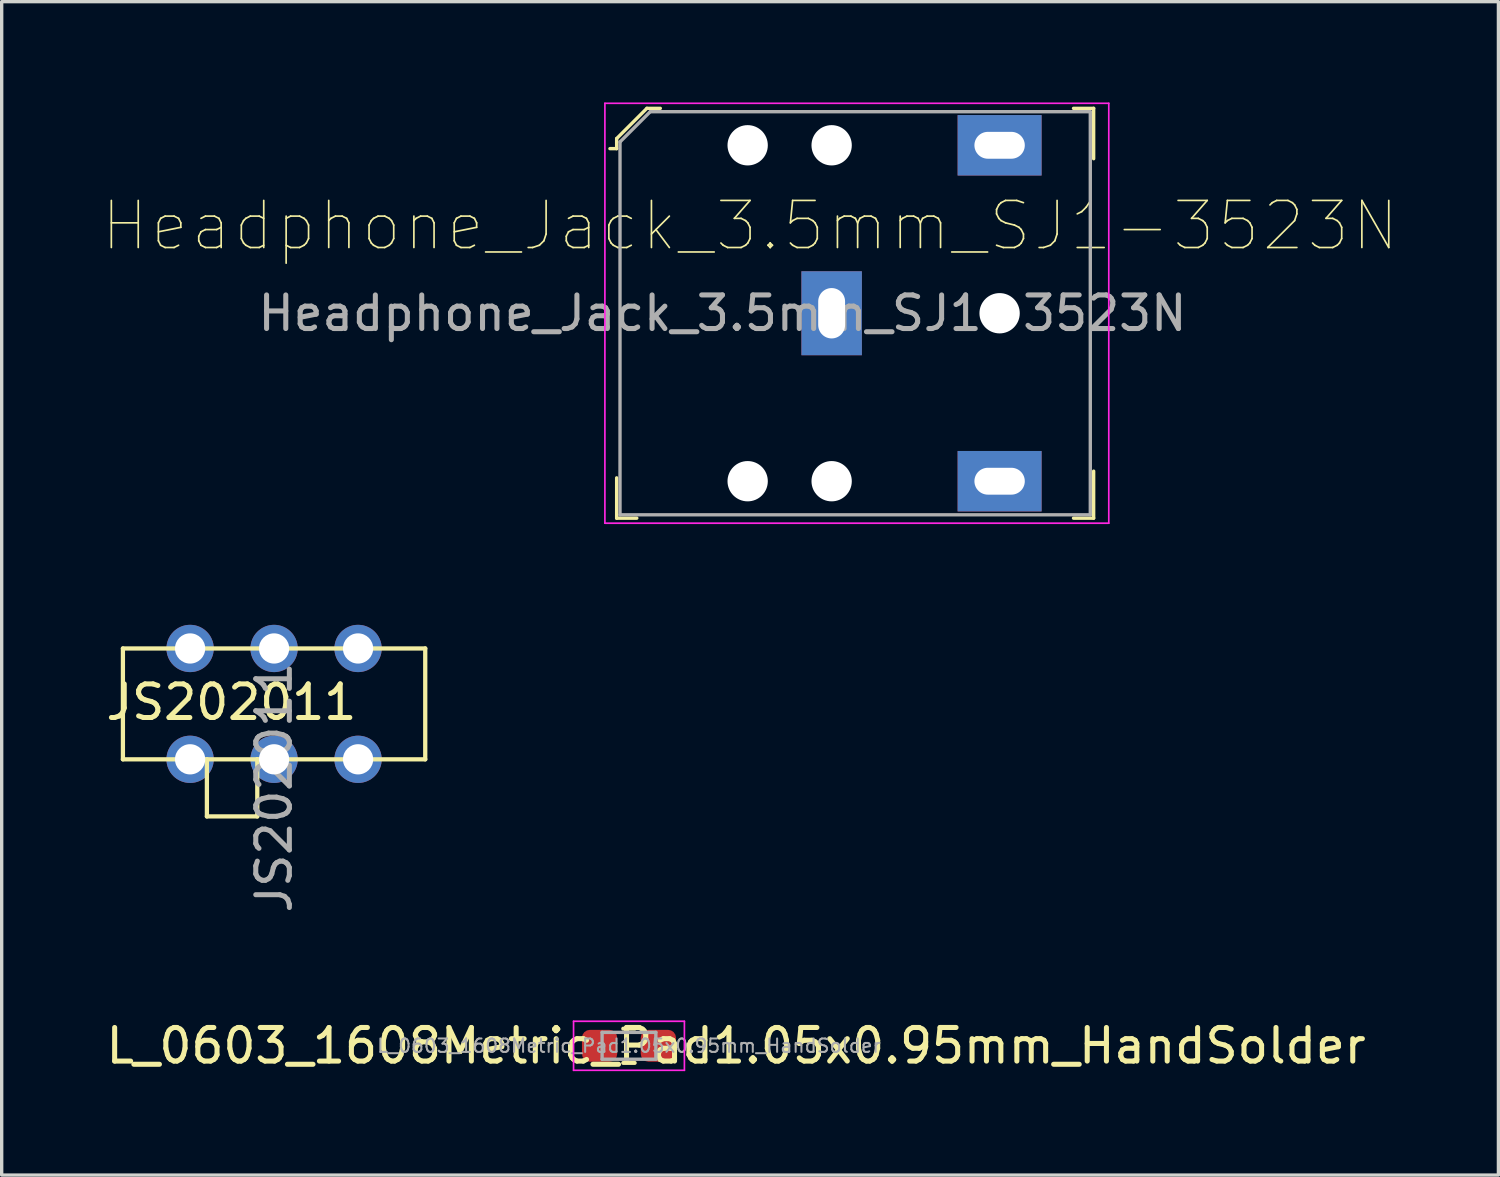
<source format=kicad_pcb>
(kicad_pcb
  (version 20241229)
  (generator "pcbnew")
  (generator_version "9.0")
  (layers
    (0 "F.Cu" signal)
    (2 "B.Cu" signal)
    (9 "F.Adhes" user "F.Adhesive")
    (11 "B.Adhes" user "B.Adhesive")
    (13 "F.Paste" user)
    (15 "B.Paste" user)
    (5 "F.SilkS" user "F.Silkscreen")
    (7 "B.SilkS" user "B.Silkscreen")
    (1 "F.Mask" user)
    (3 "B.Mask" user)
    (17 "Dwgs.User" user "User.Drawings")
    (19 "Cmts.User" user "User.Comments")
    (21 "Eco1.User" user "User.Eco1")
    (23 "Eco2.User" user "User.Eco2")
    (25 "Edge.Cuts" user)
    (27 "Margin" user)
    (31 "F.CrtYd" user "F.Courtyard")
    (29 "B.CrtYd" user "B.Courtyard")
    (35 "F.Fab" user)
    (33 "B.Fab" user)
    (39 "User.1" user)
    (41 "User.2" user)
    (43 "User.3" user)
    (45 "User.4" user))
  (footprint "L_0603_1608Metric_Pad1.05x0.95mm_HandSolder"
    (layer "F.Cu")
    (at 15.674 28.082)
    (property "Reference" "L_0603_1608Metric_Pad1.05x0.95mm_HandSolder" (at 3.189 0 0) (layer "F.SilkS") (effects (font (size 1 1) (thickness 0.15))))
    (attr smd)
    (fp_line (start -0.171 -0.51) (end 0.171 -0.51) (stroke (width 0.12) (type solid)) (layer "F.SilkS"))
    (fp_line (start -0.171 0.51) (end 0.171 0.51) (stroke (width 0.12) (type solid)) (layer "F.SilkS"))
    (fp_line (start -1.65 -0.73) (end 1.65 -0.73) (stroke (width 0.05) (type solid)) (layer "F.CrtYd"))
    (fp_line (start -1.65 0.73) (end -1.65 -0.73) (stroke (width 0.05) (type solid)) (layer "F.CrtYd"))
    (fp_line (start 1.65 -0.73) (end 1.65 0.73) (stroke (width 0.05) (type solid)) (layer "F.CrtYd"))
    (fp_line (start 1.65 0.73) (end -1.65 0.73) (stroke (width 0.05) (type solid)) (layer "F.CrtYd"))
    (fp_line (start -0.8 -0.4) (end 0.8 -0.4) (stroke (width 0.1) (type solid)) (layer "F.Fab"))
    (fp_line (start -0.8 0.4) (end -0.8 -0.4) (stroke (width 0.1) (type solid)) (layer "F.Fab"))
    (fp_line (start 0.8 -0.4) (end 0.8 0.4) (stroke (width 0.1) (type solid)) (layer "F.Fab"))
    (fp_line (start 0.8 0.4) (end -0.8 0.4) (stroke (width 0.1) (type solid)) (layer "F.Fab"))
    (fp_text user "${REFERENCE}" (at 0 0 0) (layer "F.Fab") (effects (font (size 0.4 0.4) (thickness 0.06))))
    (pad "1" smd roundrect (at -0.875 0) (size 1.05 0.95) (layers "F.Cu" "F.Mask" "F.Paste") (roundrect_rratio 0.25))
    (pad "2" smd roundrect (at 0.875 0) (size 1.05 0.95) (layers "F.Cu" "F.Mask" "F.Paste") (roundrect_rratio 0.25)))
  (footprint "Headphone_Jack_3.5mm_SJ1-3523N"
    (layer "F.Cu")
    (at 26.707 6.275)
    (property "Reference" "Headphone_Jack_3.5mm_SJ1-3523N" (at -7.429 -2.603 180) (layer "F.SilkS") (effects (font (size 1.401 1.401) (thickness 0.05))))
    (attr through_hole)
    (fp_line (start -11.4 -5.2) (end -11.4 -4.9) (stroke (width 0.1) (type solid)) (layer "F.SilkS"))
    (fp_line (start -11.4 -4.9) (end -11.6 -4.9) (stroke (width 0.1) (type solid)) (layer "F.SilkS"))
    (fp_line (start -11.4 6.1) (end -11.4 4.9) (stroke (width 0.1) (type solid)) (layer "F.SilkS"))
    (fp_line (start -10.8 6.1) (end -11.4 6.1) (stroke (width 0.1) (type solid)) (layer "F.SilkS"))
    (fp_line (start -10.5 -6.1) (end -11.4 -5.2) (stroke (width 0.1) (type solid)) (layer "F.SilkS"))
    (fp_line (start -10.1 -6.1) (end -10.5 -6.1) (stroke (width 0.1) (type solid)) (layer "F.SilkS"))
    (fp_line (start 2.2 -6.1) (end 2.8 -6.1) (stroke (width 0.1) (type solid)) (layer "F.SilkS"))
    (fp_line (start 2.2 6.1) (end 2.8 6.1) (stroke (width 0.1) (type solid)) (layer "F.SilkS"))
    (fp_line (start 2.8 -6.1) (end 2.8 -4.6) (stroke (width 0.1) (type solid)) (layer "F.SilkS"))
    (fp_line (start 2.8 6.1) (end 2.8 4.7) (stroke (width 0.1) (type solid)) (layer "F.SilkS"))
    (fp_line (start -11.75 -6.25) (end -11.75 6.25) (stroke (width 0.05) (type solid)) (layer "F.CrtYd"))
    (fp_line (start -11.75 -6.25) (end 3.25 -6.25) (stroke (width 0.05) (type solid)) (layer "F.CrtYd"))
    (fp_line (start -11.75 6.25) (end 3.25 6.25) (stroke (width 0.05) (type solid)) (layer "F.CrtYd"))
    (fp_line (start 3.25 -6.25) (end 3.25 6.25) (stroke (width 0.05) (type solid)) (layer "F.CrtYd"))
    (fp_line (start -11.3 -5.1) (end -11.3 6) (stroke (width 0.1) (type solid)) (layer "F.Fab"))
    (fp_line (start -11.3 -5.1) (end -10.4 -6) (stroke (width 0.1) (type solid)) (layer "F.Fab"))
    (fp_line (start -11.3 6) (end 2.7 6) (stroke (width 0.1) (type solid)) (layer "F.Fab"))
    (fp_line (start -10.4 -6) (end 2.7 -6) (stroke (width 0.1) (type solid)) (layer "F.Fab"))
    (fp_line (start 2.7 -6) (end 2.7 6) (stroke (width 0.1) (type solid)) (layer "F.Fab"))
    (fp_text user "${REFERENCE}" (at -8.25 0 0) (layer "F.Fab") (effects (font (size 1 1) (thickness 0.15))))
    (pad "" np_thru_hole circle (at -7.5 -5) (size 1.2 1.2) (drill 1.2) (layers "*.Cu" "*.Mask"))
    (pad "" np_thru_hole circle (at -7.5 5) (size 1.2 1.2) (drill 1.2) (layers "*.Cu" "*.Mask"))
    (pad "" np_thru_hole circle (at -5 -5) (size 1.2 1.2) (drill 1.2) (layers "*.Cu" "*.Mask"))
    (pad "" np_thru_hole circle (at -5 5) (size 1.2 1.2) (drill 1.2) (layers "*.Cu" "*.Mask"))
    (pad "" np_thru_hole circle (at 0 0) (size 1.2 1.2) (drill 1.2) (layers "*.Cu" "*.Mask"))
    (pad "R" thru_hole rect (at 0 -5) (size 2.5 1.8) (drill oval 1.5 0.8) (layers "*.Cu" "*.Mask"))
    (pad "S" thru_hole rect (at -5 0) (size 1.8 2.5) (drill oval 0.8 1.5) (layers "*.Cu" "*.Mask"))
    (pad "T" thru_hole rect (at 0 5) (size 2.5 1.8) (drill oval 1.5 0.8) (layers "*.Cu" "*.Mask")))
  (footprint "JS202011"
    (layer "F.Cu")
    (at 5.109 17.854)
    (property "Reference" "JS202011" (at -1.27 0 0) (layer "F.SilkS") (effects (font (size 1 1) (thickness 0.15))))
    (attr through_hole)
    (fp_line (start -4.5 -1.6) (end 4.5 -1.6) (stroke (width 0.127) (type solid)) (layer "F.SilkS"))
    (fp_line (start -4.5 1.7) (end -4.5 -1.6) (stroke (width 0.127) (type solid)) (layer "F.SilkS"))
    (fp_line (start -2 1.7) (end -4.5 1.7) (stroke (width 0.127) (type solid)) (layer "F.SilkS"))
    (fp_line (start -2 1.7) (end -2 3.4) (stroke (width 0.127) (type solid)) (layer "F.SilkS"))
    (fp_line (start -2 3.4) (end -0.5 3.4) (stroke (width 0.127) (type solid)) (layer "F.SilkS"))
    (fp_line (start -0.5 1.7) (end -2 1.7) (stroke (width 0.127) (type solid)) (layer "F.SilkS"))
    (fp_line (start -0.5 3.4) (end -0.5 1.7) (stroke (width 0.127) (type solid)) (layer "F.SilkS"))
    (fp_line (start 4.5 -1.6) (end 4.5 1.7) (stroke (width 0.127) (type solid)) (layer "F.SilkS"))
    (fp_line (start 4.5 1.7) (end -0.5 1.7) (stroke (width 0.127) (type solid)) (layer "F.SilkS"))
    (fp_text user "${REFERENCE}" (at 0 2.54 270) (layer "F.Fab") (effects (font (size 1 1) (thickness 0.15))))
    (pad "1" thru_hole circle (at -2.5 1.7) (size 1.408 1.408) (drill 0.9) (layers "*.Cu" "*.Mask"))
    (pad "2" thru_hole circle (at 0 1.7) (size 1.408 1.408) (drill 0.9) (layers "*.Cu" "*.Mask"))
    (pad "3" thru_hole circle (at 2.5 1.7) (size 1.408 1.408) (drill 0.9) (layers "*.Cu" "*.Mask"))
    (pad "4" thru_hole circle (at -2.5 -1.6) (size 1.408 1.408) (drill 0.9) (layers "*.Cu" "*.Mask"))
    (pad "5" thru_hole circle (at 0 -1.6) (size 1.408 1.408) (drill 0.9) (layers "*.Cu" "*.Mask"))
    (pad "6" thru_hole circle (at 2.5 -1.6) (size 1.408 1.408) (drill 0.9) (layers "*.Cu" "*.Mask")))
  (gr_rect
    (start -3 -3)
    (end 41.556 31.93)
    (stroke (width 0.1) (type default))
    (fill no)
    (layer "Edge.Cuts")))
</source>
